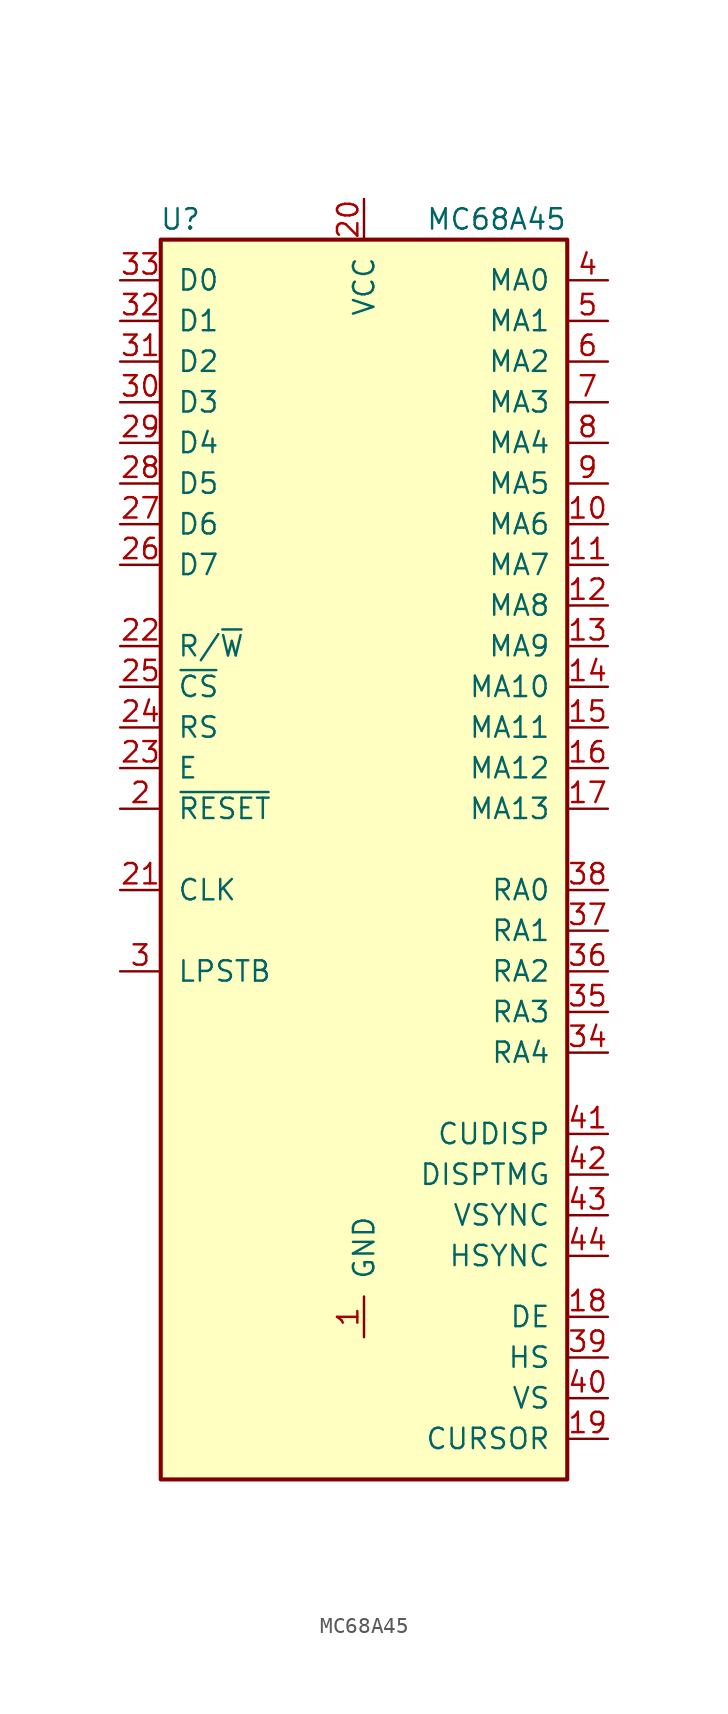
<source format=kicad_sym>
(kicad_symbol_lib
  (version 20220914)
  (generator kicad_symbol_editor)
  (symbol "MC68A45"
    (pin_names
      (offset 1.016))
    (property "Reference" "U"
      (at -10.16 34.29 0)
      (effects (font (size 1.27 1.27)) (justify right)))
    (property "Value" "MC68A45"
      (at 12.7 34.29 0)
      (effects (font (size 1.27 1.27)) (justify right)))
    (symbol "MC68A45_0_1"
      (rectangle (start -12.7 33.02) (end 12.7 -44.45) (stroke (width 0.254) (type default)) (fill (type background))))
    (symbol "MC68A45_1_1"
      (pin power_in line (at 0 -35.56 90) (length 2.54) (name "GND" (effects (font (size 1.27 1.27)))) (number "1" (effects (font (size 1.27 1.27)))))
      (pin output line (at 15.24 15.24 180) (length 2.54) (name "MA6" (effects (font (size 1.27 1.27)))) (number "10" (effects (font (size 1.27 1.27)))))
      (pin output line (at 15.24 12.7 180) (length 2.54) (name "MA7" (effects (font (size 1.27 1.27)))) (number "11" (effects (font (size 1.27 1.27)))))
      (pin output line (at 15.24 10.16 180) (length 2.54) (name "MA8" (effects (font (size 1.27 1.27)))) (number "12" (effects (font (size 1.27 1.27)))))
      (pin output line (at 15.24 7.62 180) (length 2.54) (name "MA9" (effects (font (size 1.27 1.27)))) (number "13" (effects (font (size 1.27 1.27)))))
      (pin output line (at 15.24 5.08 180) (length 2.54) (name "MA10" (effects (font (size 1.27 1.27)))) (number "14" (effects (font (size 1.27 1.27)))))
      (pin output line (at 15.24 2.54 180) (length 2.54) (name "MA11" (effects (font (size 1.27 1.27)))) (number "15" (effects (font (size 1.27 1.27)))))
      (pin output line (at 15.24 0 180) (length 2.54) (name "MA12" (effects (font (size 1.27 1.27)))) (number "16" (effects (font (size 1.27 1.27)))))
      (pin output line (at 15.24 -2.54 180) (length 2.54) (name "MA13" (effects (font (size 1.27 1.27)))) (number "17" (effects (font (size 1.27 1.27)))))
      (pin output line (at 15.24 -34.29 180) (length 2.54) (name "DE" (effects (font (size 1.27 1.27)))) (number "18" (effects (font (size 1.27 1.27)))))
      (pin output line (at 15.24 -41.91 180) (length 2.54) (name "CURSOR" (effects (font (size 1.27 1.27)))) (number "19" (effects (font (size 1.27 1.27)))))
      (pin input line (at -15.24 -2.54 0) (length 2.54) (name "~{RESET}" (effects (font (size 1.27 1.27)))) (number "2" (effects (font (size 1.27 1.27)))))
      (pin power_in line (at 0 35.56 270) (length 2.54) (name "VCC" (effects (font (size 1.27 1.27)))) (number "20" (effects (font (size 1.27 1.27)))))
      (pin input line (at -15.24 -7.62 0) (length 2.54) (name "CLK" (effects (font (size 1.27 1.27)))) (number "21" (effects (font (size 1.27 1.27)))))
      (pin input line (at -15.24 7.62 0) (length 2.54) (name "R/~{W}" (effects (font (size 1.27 1.27)))) (number "22" (effects (font (size 1.27 1.27)))))
      (pin input line (at -15.24 0 0) (length 2.54) (name "E" (effects (font (size 1.27 1.27)))) (number "23" (effects (font (size 1.27 1.27)))))
      (pin input line (at -15.24 2.54 0) (length 2.54) (name "RS" (effects (font (size 1.27 1.27)))) (number "24" (effects (font (size 1.27 1.27)))))
      (pin input line (at -15.24 5.08 0) (length 2.54) (name "~{CS}" (effects (font (size 1.27 1.27)))) (number "25" (effects (font (size 1.27 1.27)))))
      (pin bidirectional line (at -15.24 12.7 0) (length 2.54) (name "D7" (effects (font (size 1.27 1.27)))) (number "26" (effects (font (size 1.27 1.27)))))
      (pin bidirectional line (at -15.24 15.24 0) (length 2.54) (name "D6" (effects (font (size 1.27 1.27)))) (number "27" (effects (font (size 1.27 1.27)))))
      (pin bidirectional line (at -15.24 17.78 0) (length 2.54) (name "D5" (effects (font (size 1.27 1.27)))) (number "28" (effects (font (size 1.27 1.27)))))
      (pin bidirectional line (at -15.24 20.32 0) (length 2.54) (name "D4" (effects (font (size 1.27 1.27)))) (number "29" (effects (font (size 1.27 1.27)))))
      (pin input line (at -15.24 -12.7 0) (length 2.54) (name "LPSTB" (effects (font (size 1.27 1.27)))) (number "3" (effects (font (size 1.27 1.27)))))
      (pin bidirectional line (at -15.24 22.86 0) (length 2.54) (name "D3" (effects (font (size 1.27 1.27)))) (number "30" (effects (font (size 1.27 1.27)))))
      (pin bidirectional line (at -15.24 25.4 0) (length 2.54) (name "D2" (effects (font (size 1.27 1.27)))) (number "31" (effects (font (size 1.27 1.27)))))
      (pin bidirectional line (at -15.24 27.94 0) (length 2.54) (name "D1" (effects (font (size 1.27 1.27)))) (number "32" (effects (font (size 1.27 1.27)))))
      (pin bidirectional line (at -15.24 30.48 0) (length 2.54) (name "D0" (effects (font (size 1.27 1.27)))) (number "33" (effects (font (size 1.27 1.27)))))
      (pin output line (at 15.24 -17.78 180) (length 2.54) (name "RA4" (effects (font (size 1.27 1.27)))) (number "34" (effects (font (size 1.27 1.27)))))
      (pin output line (at 15.24 -15.24 180) (length 2.54) (name "RA3" (effects (font (size 1.27 1.27)))) (number "35" (effects (font (size 1.27 1.27)))))
      (pin output line (at 15.24 -12.7 180) (length 2.54) (name "RA2" (effects (font (size 1.27 1.27)))) (number "36" (effects (font (size 1.27 1.27)))))
      (pin output line (at 15.24 -10.16 180) (length 2.54) (name "RA1" (effects (font (size 1.27 1.27)))) (number "37" (effects (font (size 1.27 1.27)))))
      (pin output line (at 15.24 -7.62 180) (length 2.54) (name "RA0" (effects (font (size 1.27 1.27)))) (number "38" (effects (font (size 1.27 1.27)))))
      (pin output line (at 15.24 -36.83 180) (length 2.54) (name "HS" (effects (font (size 1.27 1.27)))) (number "39" (effects (font (size 1.27 1.27)))))
      (pin output line (at 15.24 30.48 180) (length 2.54) (name "MA0" (effects (font (size 1.27 1.27)))) (number "4" (effects (font (size 1.27 1.27)))))
      (pin output line (at 15.24 -39.37 180) (length 2.54) (name "VS" (effects (font (size 1.27 1.27)))) (number "40" (effects (font (size 1.27 1.27)))))
      (pin output line (at 15.24 -22.86 180) (length 2.54) (name "CUDISP" (effects (font (size 1.27 1.27)))) (number "41" (effects (font (size 1.27 1.27)))))
      (pin output line (at 15.24 -25.4 180) (length 2.54) (name "DISPTMG" (effects (font (size 1.27 1.27)))) (number "42" (effects (font (size 1.27 1.27)))))
      (pin output line (at 15.24 -27.94 180) (length 2.54) (name "VSYNC" (effects (font (size 1.27 1.27)))) (number "43" (effects (font (size 1.27 1.27)))))
      (pin output line (at 15.24 -30.48 180) (length 2.54) (name "HSYNC" (effects (font (size 1.27 1.27)))) (number "44" (effects (font (size 1.27 1.27)))))
      (pin output line (at 15.24 27.94 180) (length 2.54) (name "MA1" (effects (font (size 1.27 1.27)))) (number "5" (effects (font (size 1.27 1.27)))))
      (pin output line (at 15.24 25.4 180) (length 2.54) (name "MA2" (effects (font (size 1.27 1.27)))) (number "6" (effects (font (size 1.27 1.27)))))
      (pin output line (at 15.24 22.86 180) (length 2.54) (name "MA3" (effects (font (size 1.27 1.27)))) (number "7" (effects (font (size 1.27 1.27)))))
      (pin output line (at 15.24 20.32 180) (length 2.54) (name "MA4" (effects (font (size 1.27 1.27)))) (number "8" (effects (font (size 1.27 1.27)))))
      (pin output line (at 15.24 17.78 180) (length 2.54) (name "MA5" (effects (font (size 1.27 1.27)))) (number "9" (effects (font (size 1.27 1.27))))))))
</source>
